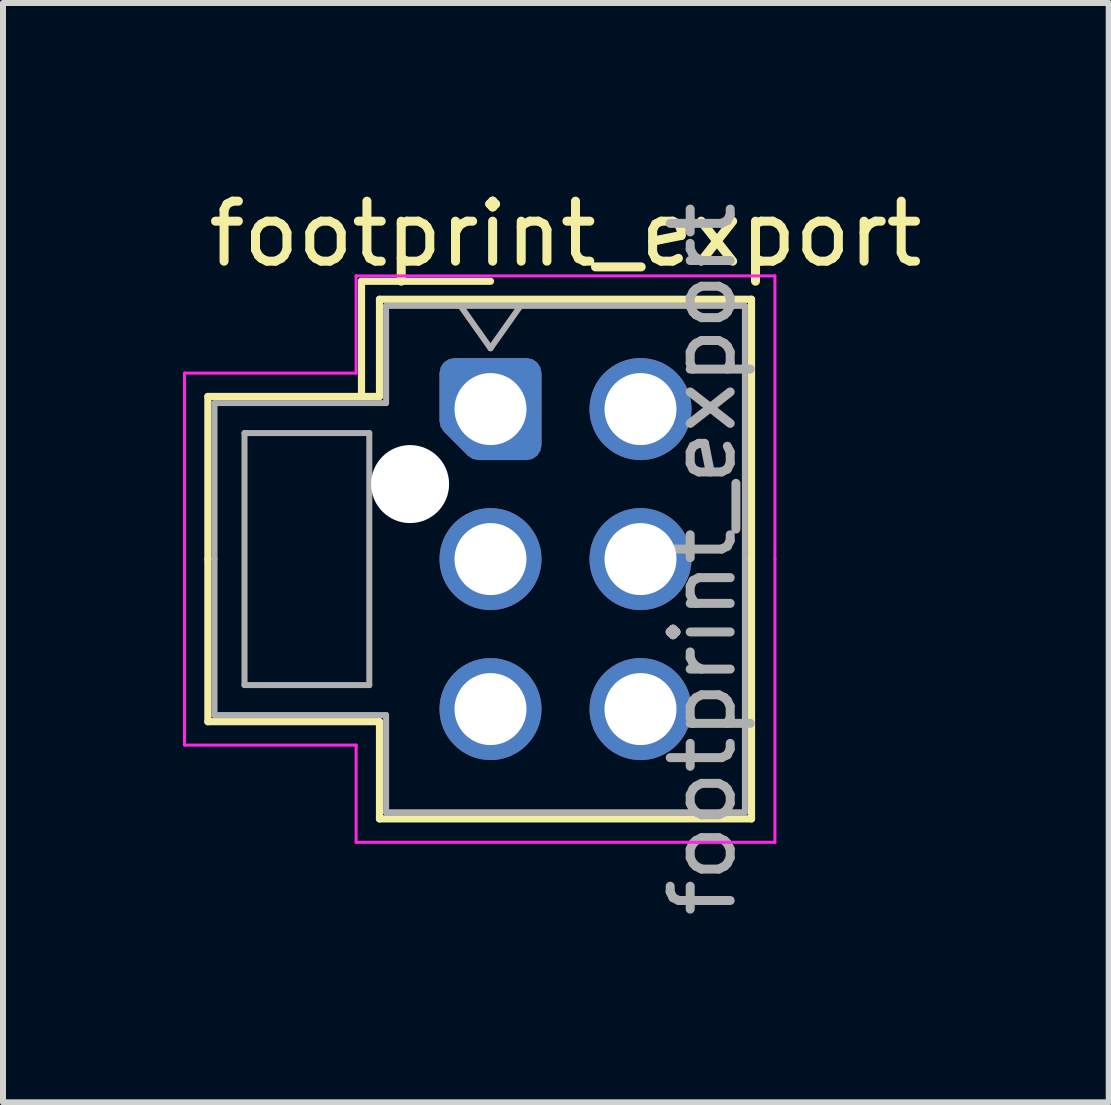
<source format=kicad_pcb>
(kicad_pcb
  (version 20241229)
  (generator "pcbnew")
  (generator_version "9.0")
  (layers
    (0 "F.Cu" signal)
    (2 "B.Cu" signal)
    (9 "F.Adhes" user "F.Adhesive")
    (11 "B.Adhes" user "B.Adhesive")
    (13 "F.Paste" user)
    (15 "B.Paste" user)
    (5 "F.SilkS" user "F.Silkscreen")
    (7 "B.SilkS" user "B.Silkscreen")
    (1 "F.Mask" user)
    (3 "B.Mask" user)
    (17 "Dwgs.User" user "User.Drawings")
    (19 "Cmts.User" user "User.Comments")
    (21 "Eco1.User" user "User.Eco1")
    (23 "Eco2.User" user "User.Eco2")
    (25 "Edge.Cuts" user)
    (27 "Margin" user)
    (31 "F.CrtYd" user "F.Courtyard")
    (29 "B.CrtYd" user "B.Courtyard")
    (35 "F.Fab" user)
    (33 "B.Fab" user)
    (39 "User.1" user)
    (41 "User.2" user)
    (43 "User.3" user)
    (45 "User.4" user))
  (footprint "footprint_export"
    (layer "F.Cu")
    (at 5.125 3.768)
    (property "Reference" "footprint_export" (at 1.25 -2.92 0) (layer "F.SilkS") (effects (font (size 1 1) (thickness 0.15))))
    (attr through_hole)
    (fp_line (start -4.71 -0.21) (end -4.71 2.5) (stroke (width 0.12) (type solid)) (layer "F.SilkS"))
    (fp_line (start -4.71 5.21) (end -4.71 2.5) (stroke (width 0.12) (type solid)) (layer "F.SilkS"))
    (fp_line (start -2.15 -2.13) (end -2.15 -0.21) (stroke (width 0.12) (type solid)) (layer "F.SilkS"))
    (fp_line (start -1.85 -1.83) (end -1.85 -0.21) (stroke (width 0.12) (type solid)) (layer "F.SilkS"))
    (fp_line (start -1.85 -0.21) (end -4.71 -0.21) (stroke (width 0.12) (type solid)) (layer "F.SilkS"))
    (fp_line (start -1.85 5.21) (end -4.71 5.21) (stroke (width 0.12) (type solid)) (layer "F.SilkS"))
    (fp_line (start -1.85 6.83) (end -1.85 5.21) (stroke (width 0.12) (type solid)) (layer "F.SilkS"))
    (fp_line (start 0 -2.13) (end -2.15 -2.13) (stroke (width 0.12) (type solid)) (layer "F.SilkS"))
    (fp_line (start 4.35 -1.83) (end -1.85 -1.83) (stroke (width 0.12) (type solid)) (layer "F.SilkS"))
    (fp_line (start 4.35 2.5) (end 4.35 -1.83) (stroke (width 0.12) (type solid)) (layer "F.SilkS"))
    (fp_line (start 4.35 2.5) (end 4.35 6.83) (stroke (width 0.12) (type solid)) (layer "F.SilkS"))
    (fp_line (start 4.35 6.83) (end -1.85 6.83) (stroke (width 0.12) (type solid)) (layer "F.SilkS"))
    (fp_line (start -5.1 -0.6) (end -5.1 2.5) (stroke (width 0.05) (type solid)) (layer "F.CrtYd"))
    (fp_line (start -5.1 5.6) (end -5.1 2.5) (stroke (width 0.05) (type solid)) (layer "F.CrtYd"))
    (fp_line (start -2.24 -2.22) (end -2.24 -0.6) (stroke (width 0.05) (type solid)) (layer "F.CrtYd"))
    (fp_line (start -2.24 -0.6) (end -5.1 -0.6) (stroke (width 0.05) (type solid)) (layer "F.CrtYd"))
    (fp_line (start -2.24 5.6) (end -5.1 5.6) (stroke (width 0.05) (type solid)) (layer "F.CrtYd"))
    (fp_line (start -2.24 7.22) (end -2.24 5.6) (stroke (width 0.05) (type solid)) (layer "F.CrtYd"))
    (fp_line (start 4.74 -2.22) (end -2.24 -2.22) (stroke (width 0.05) (type solid)) (layer "F.CrtYd"))
    (fp_line (start 4.74 2.5) (end 4.74 -2.22) (stroke (width 0.05) (type solid)) (layer "F.CrtYd"))
    (fp_line (start 4.74 2.5) (end 4.74 7.22) (stroke (width 0.05) (type solid)) (layer "F.CrtYd"))
    (fp_line (start 4.74 7.22) (end -2.24 7.22) (stroke (width 0.05) (type solid)) (layer "F.CrtYd"))
    (fp_line (start -4.6 -0.1) (end -4.6 2.5) (stroke (width 0.1) (type solid)) (layer "F.Fab"))
    (fp_line (start -4.6 5.1) (end -4.6 2.5) (stroke (width 0.1) (type solid)) (layer "F.Fab"))
    (fp_line (start -4.1 0.4) (end -4.1 4.6) (stroke (width 0.1) (type solid)) (layer "F.Fab"))
    (fp_line (start -4.1 4.6) (end -2.02 4.6) (stroke (width 0.1) (type solid)) (layer "F.Fab"))
    (fp_line (start -2.02 0.4) (end -4.1 0.4) (stroke (width 0.1) (type solid)) (layer "F.Fab"))
    (fp_line (start -2.02 4.6) (end -2.02 0.4) (stroke (width 0.1) (type solid)) (layer "F.Fab"))
    (fp_line (start -1.74 -1.72) (end -1.74 -0.1) (stroke (width 0.1) (type solid)) (layer "F.Fab"))
    (fp_line (start -1.74 -0.1) (end -4.6 -0.1) (stroke (width 0.1) (type solid)) (layer "F.Fab"))
    (fp_line (start -1.74 5.1) (end -4.6 5.1) (stroke (width 0.1) (type solid)) (layer "F.Fab"))
    (fp_line (start -1.74 6.72) (end -1.74 5.1) (stroke (width 0.1) (type solid)) (layer "F.Fab"))
    (fp_line (start -0.5 -1.72) (end 0 -1.013) (stroke (width 0.1) (type solid)) (layer "F.Fab"))
    (fp_line (start 0 -1.013) (end 0.5 -1.72) (stroke (width 0.1) (type solid)) (layer "F.Fab"))
    (fp_line (start 4.24 -1.72) (end -1.74 -1.72) (stroke (width 0.1) (type solid)) (layer "F.Fab"))
    (fp_line (start 4.24 2.5) (end 4.24 -1.72) (stroke (width 0.1) (type solid)) (layer "F.Fab"))
    (fp_line (start 4.24 2.5) (end 4.24 6.72) (stroke (width 0.1) (type solid)) (layer "F.Fab"))
    (fp_line (start 4.24 6.72) (end -1.74 6.72) (stroke (width 0.1) (type solid)) (layer "F.Fab"))
    (fp_text user "${REFERENCE}" (at 3.54 2.5 90) (layer "F.Fab") (effects (font (size 1 1) (thickness 0.15))))
    (pad "" np_thru_hole circle (at -1.34 1.25) (size 1.3 1.3) (drill 1.3) (layers "*.Cu" "*.Mask"))
    (pad "1" thru_hole custom (at 0 0) (size 1.417 1.417) (drill 1.2) (layers "*.Cu" "*.Mask") (options (anchor circle)) (primitives (gr_poly (pts (xy 0.6 0.6) (xy -0.2 0.6) (xy -0.6 0.2) (xy -0.6 -0.6) (xy 0.6 -0.6)) (width 0.5) (fill yes))))
    (pad "2" thru_hole circle (at 0 2.5) (size 1.7 1.7) (drill 1.2) (layers "*.Cu" "*.Mask"))
    (pad "3" thru_hole circle (at 0 5) (size 1.7 1.7) (drill 1.2) (layers "*.Cu" "*.Mask"))
    (pad "4" thru_hole circle (at 2.5 0) (size 1.7 1.7) (drill 1.2) (layers "*.Cu" "*.Mask"))
    (pad "5" thru_hole circle (at 2.5 2.5) (size 1.7 1.7) (drill 1.2) (layers "*.Cu" "*.Mask"))
    (pad "6" thru_hole circle (at 2.5 5) (size 1.7 1.7) (drill 1.2) (layers "*.Cu" "*.Mask")))
  (gr_rect
    (start -3 -3)
    (end 15.429 15.322)
    (stroke (width 0.1) (type default))
    (fill no)
    (layer "Edge.Cuts")))
</source>
